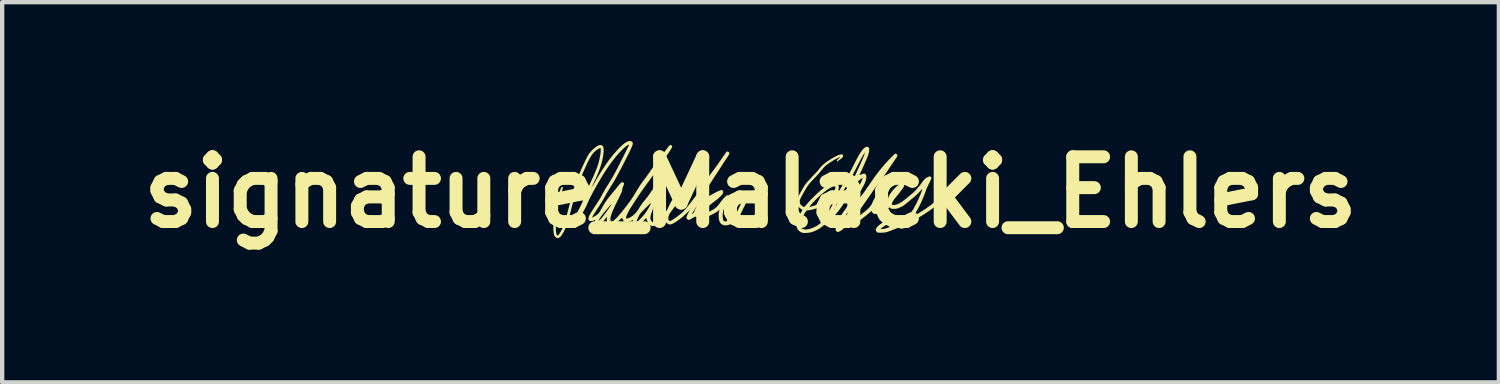
<source format=kicad_pcb>
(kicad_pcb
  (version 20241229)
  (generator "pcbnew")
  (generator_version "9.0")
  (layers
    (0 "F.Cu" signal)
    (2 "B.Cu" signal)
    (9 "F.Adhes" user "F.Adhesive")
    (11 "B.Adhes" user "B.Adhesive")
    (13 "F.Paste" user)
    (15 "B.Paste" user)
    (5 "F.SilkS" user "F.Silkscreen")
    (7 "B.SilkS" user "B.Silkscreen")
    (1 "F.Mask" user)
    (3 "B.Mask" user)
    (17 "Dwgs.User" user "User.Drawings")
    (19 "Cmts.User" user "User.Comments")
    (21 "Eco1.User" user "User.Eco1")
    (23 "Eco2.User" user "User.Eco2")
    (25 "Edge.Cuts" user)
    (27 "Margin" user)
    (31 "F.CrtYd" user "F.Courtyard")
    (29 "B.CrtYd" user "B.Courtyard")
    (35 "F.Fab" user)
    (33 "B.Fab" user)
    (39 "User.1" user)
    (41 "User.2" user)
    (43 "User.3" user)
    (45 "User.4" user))
  (footprint "signature_Malacki_Ehlers"
    (layer "F.Cu")
    (at 14.336 1.404)
    (property "Reference" "signature_Malacki_Ehlers" (at 0 0 0) (layer "F.SilkS") (effects (font (size 1.5 1.5) (thickness 0.3))))
    (attr board_only exclude_from_pos_files exclude_from_bom)
    (fp_poly (pts (xy -0.176 -0.366) (xy -0.158 -0.351) (xy -0.154 -0.327) (xy -0.156 -0.315) (xy -0.167 -0.292) (xy -0.184 -0.274) (xy -0.205 -0.263) (xy -0.224 -0.261) (xy -0.238 -0.27) (xy -0.242 -0.279) (xy -0.249 -0.291) (xy -0.264 -0.292) (xy -0.27 -0.291) (xy -0.291 -0.292) (xy -0.31 -0.301) (xy -0.32 -0.315) (xy -0.321 -0.319) (xy -0.312 -0.336) (xy -0.291 -0.351) (xy -0.261 -0.363) (xy -0.226 -0.37) (xy -0.207 -0.371)) (stroke (width 0) (type solid)) (fill yes) (layer "F.SilkS"))
    (fp_poly (pts (xy 2.727 -1.047) (xy 2.737 -1.039) (xy 2.748 -1.015) (xy 2.75 -0.979) (xy 2.744 -0.933) (xy 2.73 -0.879) (xy 2.727 -0.869) (xy 2.716 -0.841) (xy 2.7 -0.8) (xy 2.68 -0.751) (xy 2.656 -0.696) (xy 2.631 -0.638) (xy 2.606 -0.581) (xy 2.582 -0.528) (xy 2.561 -0.482) (xy 2.543 -0.445) (xy 2.539 -0.437) (xy 2.53 -0.416) (xy 2.525 -0.402) (xy 2.525 -0.4) (xy 2.534 -0.401) (xy 2.554 -0.408) (xy 2.581 -0.418) (xy 2.582 -0.418) (xy 2.61 -0.429) (xy 2.629 -0.434) (xy 2.641 -0.433) (xy 2.653 -0.428) (xy 2.655 -0.426) (xy 2.674 -0.404) (xy 2.683 -0.37) (xy 2.682 -0.326) (xy 2.671 -0.274) (xy 2.65 -0.216) (xy 2.619 -0.152) (xy 2.601 -0.12) (xy 2.585 -0.092) (xy 2.563 -0.054) (xy 2.538 -0.009) (xy 2.512 0.038) (xy 2.503 0.055) (xy 2.458 0.136) (xy 2.419 0.205) (xy 2.383 0.266) (xy 2.349 0.321) (xy 2.314 0.374) (xy 2.277 0.429) (xy 2.257 0.457) (xy 2.222 0.507) (xy 2.195 0.546) (xy 2.174 0.578) (xy 2.157 0.606) (xy 2.143 0.632) (xy 2.13 0.661) (xy 2.115 0.695) (xy 2.098 0.737) (xy 2.092 0.754) (xy 2.076 0.795) (xy 2.127 0.754) (xy 2.194 0.697) (xy 2.247 0.639) (xy 2.288 0.583) (xy 2.313 0.529) (xy 2.316 0.519) (xy 2.329 0.483) (xy 2.348 0.437) (xy 2.371 0.385) (xy 2.397 0.333) (xy 2.423 0.285) (xy 2.446 0.244) (xy 2.461 0.222) (xy 2.477 0.2) (xy 2.501 0.169) (xy 2.53 0.13) (xy 2.562 0.088) (xy 2.584 0.059) (xy 2.617 0.016) (xy 2.656 -0.038) (xy 2.697 -0.098) (xy 2.74 -0.159) (xy 2.779 -0.217) (xy 2.788 -0.23) (xy 2.883 -0.367) (xy 2.986 -0.502) (xy 3.031 -0.557) (xy 3.079 -0.613) (xy 3.127 -0.669) (xy 3.175 -0.721) (xy 3.22 -0.769) (xy 3.261 -0.811) (xy 3.297 -0.847) (xy 3.326 -0.873) (xy 3.347 -0.89) (xy 3.358 -0.894) (xy 3.376 -0.889) (xy 3.385 -0.884) (xy 3.398 -0.87) (xy 3.403 -0.855) (xy 3.398 -0.836) (xy 3.383 -0.809) (xy 3.363 -0.779) (xy 3.341 -0.747) (xy 3.313 -0.706) (xy 3.283 -0.661) (xy 3.252 -0.615) (xy 3.243 -0.601) (xy 3.187 -0.517) (xy 3.125 -0.427) (xy 3.06 -0.336) (xy 2.997 -0.249) (xy 2.939 -0.171) (xy 2.931 -0.16) (xy 2.897 -0.115) (xy 2.859 -0.063) (xy 2.823 -0.012) (xy 2.801 0.021) (xy 2.776 0.057) (xy 2.749 0.097) (xy 2.716 0.144) (xy 2.679 0.198) (xy 2.634 0.261) (xy 2.583 0.334) (xy 2.523 0.418) (xy 2.468 0.496) (xy 2.434 0.546) (xy 2.409 0.583) (xy 2.394 0.609) (xy 2.388 0.625) (xy 2.39 0.632) (xy 2.394 0.633) (xy 2.406 0.628) (xy 2.429 0.615) (xy 2.459 0.595) (xy 2.492 0.571) (xy 2.526 0.545) (xy 2.548 0.527) (xy 2.584 0.498) (xy 2.623 0.466) (xy 2.658 0.438) (xy 2.666 0.431) (xy 2.724 0.38) (xy 2.771 0.327) (xy 2.807 0.275) (xy 2.827 0.232) (xy 2.843 0.193) (xy 2.869 0.146) (xy 2.9 0.095) (xy 2.934 0.046) (xy 2.968 0.001) (xy 2.989 -0.023) (xy 3.021 -0.054) (xy 3.056 -0.084) (xy 3.09 -0.111) (xy 3.119 -0.13) (xy 3.134 -0.138) (xy 3.156 -0.139) (xy 3.176 -0.126) (xy 3.188 -0.104) (xy 3.19 -0.088) (xy 3.186 -0.06) (xy 3.174 -0.03) (xy 3.153 0.004) (xy 3.12 0.046) (xy 3.1 0.07) (xy 3.045 0.133) (xy 3 0.186) (xy 2.965 0.228) (xy 2.938 0.262) (xy 2.919 0.288) (xy 2.907 0.308) (xy 2.9 0.323) (xy 2.899 0.329) (xy 2.894 0.354) (xy 2.89 0.375) (xy 2.89 0.376) (xy 2.888 0.395) (xy 2.895 0.405) (xy 2.913 0.407) (xy 2.943 0.4) (xy 2.958 0.396) (xy 3.03 0.367) (xy 3.091 0.327) (xy 3.135 0.285) (xy 3.157 0.259) (xy 3.169 0.238) (xy 3.173 0.218) (xy 3.173 0.212) (xy 3.179 0.161) (xy 3.198 0.105) (xy 3.227 0.049) (xy 3.236 0.034) (xy 3.272 -0.016) (xy 3.312 -0.064) (xy 3.355 -0.108) (xy 3.397 -0.147) (xy 3.437 -0.178) (xy 3.473 -0.2) (xy 3.502 -0.21) (xy 3.508 -0.211) (xy 3.535 -0.204) (xy 3.553 -0.185) (xy 3.559 -0.157) (xy 3.557 -0.145) (xy 3.55 -0.128) (xy 3.533 -0.101) (xy 3.507 -0.065) (xy 3.476 -0.022) (xy 3.44 0.025) (xy 3.4 0.074) (xy 3.375 0.104) (xy 3.334 0.156) (xy 3.303 0.201) (xy 3.283 0.238) (xy 3.274 0.265) (xy 3.275 0.278) (xy 3.281 0.289) (xy 3.29 0.294) (xy 3.308 0.295) (xy 3.331 0.294) (xy 3.382 0.284) (xy 3.437 0.262) (xy 3.498 0.226) (xy 3.566 0.177) (xy 3.603 0.147) (xy 3.642 0.115) (xy 3.681 0.083) (xy 3.715 0.054) (xy 3.742 0.032) (xy 3.747 0.028) (xy 3.788 -0.009) (xy 3.834 -0.056) (xy 3.881 -0.109) (xy 3.925 -0.164) (xy 3.963 -0.214) (xy 3.969 -0.224) (xy 4.002 -0.269) (xy 4.033 -0.303) (xy 4.066 -0.33) (xy 4.107 -0.353) (xy 4.109 -0.354) (xy 4.135 -0.365) (xy 4.153 -0.368) (xy 4.165 -0.364) (xy 4.182 -0.352) (xy 4.189 -0.335) (xy 4.186 -0.311) (xy 4.172 -0.277) (xy 4.163 -0.259) (xy 4.135 -0.203) (xy 4.112 -0.158) (xy 4.094 -0.119) (xy 4.079 -0.084) (xy 4.065 -0.046) (xy 4.06 -0.032) (xy 4.02 0.076) (xy 3.976 0.181) (xy 3.931 0.28) (xy 3.885 0.369) (xy 3.84 0.447) (xy 3.817 0.483) (xy 3.798 0.511) (xy 3.785 0.533) (xy 3.779 0.546) (xy 3.779 0.549) (xy 3.788 0.544) (xy 3.809 0.533) (xy 3.839 0.517) (xy 3.876 0.496) (xy 3.891 0.487) (xy 4.03 0.4) (xy 4.172 0.299) (xy 4.253 0.236) (xy 4.317 0.186) (xy 4.371 0.146) (xy 4.413 0.117) (xy 4.443 0.099) (xy 4.462 0.093) (xy 4.463 0.093) (xy 4.48 0.099) (xy 4.494 0.114) (xy 4.503 0.131) (xy 4.502 0.144) (xy 4.495 0.155) (xy 4.482 0.169) (xy 4.46 0.189) (xy 4.431 0.212) (xy 4.416 0.223) (xy 4.381 0.249) (xy 4.339 0.281) (xy 4.296 0.313) (xy 4.27 0.334) (xy 4.151 0.422) (xy 4.026 0.506) (xy 3.901 0.582) (xy 3.778 0.648) (xy 3.733 0.67) (xy 3.696 0.688) (xy 3.672 0.704) (xy 3.656 0.72) (xy 3.647 0.733) (xy 3.622 0.768) (xy 3.587 0.803) (xy 3.553 0.83) (xy 3.529 0.84) (xy 3.501 0.843) (xy 3.473 0.842) (xy 3.454 0.834) (xy 3.451 0.831) (xy 3.439 0.821) (xy 3.432 0.819) (xy 3.422 0.822) (xy 3.398 0.83) (xy 3.366 0.842) (xy 3.328 0.858) (xy 3.317 0.862) (xy 3.256 0.887) (xy 3.206 0.905) (xy 3.165 0.919) (xy 3.13 0.928) (xy 3.098 0.933) (xy 3.064 0.936) (xy 3.026 0.937) (xy 3.025 0.937) (xy 2.985 0.936) (xy 2.959 0.935) (xy 2.942 0.932) (xy 2.931 0.926) (xy 2.922 0.918) (xy 2.904 0.892) (xy 2.9 0.868) (xy 2.907 0.847) (xy 3.017 0.847) (xy 3.022 0.851) (xy 3.041 0.852) (xy 3.047 0.852) (xy 3.076 0.85) (xy 3.112 0.843) (xy 3.135 0.836) (xy 3.159 0.828) (xy 3.191 0.817) (xy 3.228 0.803) (xy 3.267 0.788) (xy 3.303 0.773) (xy 3.334 0.761) (xy 3.356 0.751) (xy 3.366 0.746) (xy 3.364 0.738) (xy 3.354 0.721) (xy 3.346 0.708) (xy 3.334 0.691) (xy 3.321 0.681) (xy 3.306 0.678) (xy 3.285 0.683) (xy 3.254 0.696) (xy 3.226 0.708) (xy 3.197 0.723) (xy 3.162 0.743) (xy 3.124 0.766) (xy 3.088 0.79) (xy 3.056 0.812) (xy 3.032 0.829) (xy 3.021 0.839) (xy 3.017 0.847) (xy 2.907 0.847) (xy 2.909 0.84) (xy 2.911 0.836) (xy 2.928 0.81) (xy 2.952 0.783) (xy 2.987 0.754) (xy 3.034 0.721) (xy 3.063 0.702) (xy 3.134 0.659) (xy 3.199 0.626) (xy 3.256 0.604) (xy 3.305 0.592) (xy 3.344 0.592) (xy 3.365 0.598) (xy 3.379 0.61) (xy 3.398 0.631) (xy 3.417 0.658) (xy 3.417 0.658) (xy 3.451 0.708) (xy 3.526 0.674) (xy 3.564 0.655) (xy 3.595 0.636) (xy 3.615 0.621) (xy 3.618 0.617) (xy 3.704 0.495) (xy 3.778 0.378) (xy 3.841 0.262) (xy 3.897 0.144) (xy 3.93 0.063) (xy 3.951 0.01) (xy 3.966 -0.03) (xy 3.975 -0.056) (xy 3.978 -0.07) (xy 3.976 -0.073) (xy 3.968 -0.068) (xy 3.955 -0.054) (xy 3.94 -0.038) (xy 3.899 0.007) (xy 3.856 0.05) (xy 3.816 0.088) (xy 3.783 0.117) (xy 3.773 0.125) (xy 3.753 0.14) (xy 3.725 0.162) (xy 3.693 0.189) (xy 3.672 0.207) (xy 3.626 0.245) (xy 3.589 0.274) (xy 3.56 0.296) (xy 3.535 0.314) (xy 3.511 0.328) (xy 3.485 0.34) (xy 3.46 0.352) (xy 3.422 0.368) (xy 3.392 0.377) (xy 3.364 0.382) (xy 3.331 0.384) (xy 3.323 0.384) (xy 3.288 0.383) (xy 3.263 0.38) (xy 3.245 0.373) (xy 3.233 0.365) (xy 3.216 0.354) (xy 3.206 0.352) (xy 3.197 0.36) (xy 3.197 0.36) (xy 3.174 0.382) (xy 3.14 0.407) (xy 3.099 0.432) (xy 3.057 0.454) (xy 3.017 0.472) (xy 3.006 0.476) (xy 2.95 0.492) (xy 2.908 0.501) (xy 2.875 0.502) (xy 2.851 0.495) (xy 2.832 0.481) (xy 2.818 0.461) (xy 2.801 0.432) (xy 2.774 0.458) (xy 2.75 0.479) (xy 2.722 0.502) (xy 2.712 0.51) (xy 2.691 0.526) (xy 2.662 0.549) (xy 2.628 0.576) (xy 2.598 0.6) (xy 2.539 0.646) (xy 2.488 0.682) (xy 2.445 0.708) (xy 2.411 0.722) (xy 2.393 0.726) (xy 2.37 0.721) (xy 2.346 0.709) (xy 2.344 0.708) (xy 2.319 0.69) (xy 2.259 0.749) (xy 2.208 0.797) (xy 2.159 0.839) (xy 2.114 0.874) (xy 2.075 0.9) (xy 2.043 0.915) (xy 2.024 0.92) (xy 1.999 0.912) (xy 1.98 0.893) (xy 1.971 0.866) (xy 1.971 0.849) (xy 1.978 0.822) (xy 1.99 0.783) (xy 2.006 0.737) (xy 2.025 0.689) (xy 2.044 0.643) (xy 2.062 0.602) (xy 2.068 0.59) (xy 2.084 0.56) (xy 2.108 0.52) (xy 2.137 0.476) (xy 2.167 0.432) (xy 2.177 0.419) (xy 2.211 0.371) (xy 2.247 0.316) (xy 2.285 0.255) (xy 2.325 0.191) (xy 2.365 0.125) (xy 2.404 0.058) (xy 2.441 -0.009) (xy 2.477 -0.073) (xy 2.509 -0.133) (xy 2.537 -0.188) (xy 2.561 -0.236) (xy 2.579 -0.276) (xy 2.59 -0.305) (xy 2.594 -0.324) (xy 2.591 -0.329) (xy 2.581 -0.324) (xy 2.561 -0.31) (xy 2.535 -0.291) (xy 2.508 -0.269) (xy 2.481 -0.247) (xy 2.459 -0.227) (xy 2.45 -0.218) (xy 2.436 -0.2) (xy 2.417 -0.171) (xy 2.394 -0.135) (xy 2.37 -0.094) (xy 2.364 -0.083) (xy 2.283 0.058) (xy 2.208 0.184) (xy 2.137 0.294) (xy 2.071 0.389) (xy 2.011 0.467) (xy 1.967 0.517) (xy 1.914 0.58) (xy 1.873 0.638) (xy 1.858 0.666) (xy 1.834 0.706) (xy 1.813 0.732) (xy 1.794 0.742) (xy 1.775 0.739) (xy 1.765 0.731) (xy 1.757 0.726) (xy 1.748 0.726) (xy 1.735 0.733) (xy 1.715 0.749) (xy 1.696 0.765) (xy 1.635 0.814) (xy 1.576 0.854) (xy 1.511 0.887) (xy 1.435 0.918) (xy 1.426 0.921) (xy 1.394 0.93) (xy 1.352 0.936) (xy 1.307 0.941) (xy 1.262 0.943) (xy 1.224 0.942) (xy 1.196 0.937) (xy 1.195 0.937) (xy 1.157 0.919) (xy 1.121 0.892) (xy 1.093 0.861) (xy 1.088 0.853) (xy 1.072 0.813) (xy 1.065 0.763) (xy 1.067 0.71) (xy 1.076 0.671) (xy 1.086 0.641) (xy 1.103 0.601) (xy 1.124 0.556) (xy 1.146 0.51) (xy 1.169 0.468) (xy 1.188 0.435) (xy 1.204 0.409) (xy 1.163 0.382) (xy 1.117 0.342) (xy 1.087 0.296) (xy 1.072 0.244) (xy 1.073 0.187) (xy 1.076 0.172) (xy 1.084 0.15) (xy 1.099 0.116) (xy 1.12 0.074) (xy 1.146 0.026) (xy 1.175 -0.026) (xy 1.205 -0.079) (xy 1.235 -0.129) (xy 1.264 -0.175) (xy 1.269 -0.181) (xy 1.285 -0.203) (xy 1.311 -0.234) (xy 1.344 -0.271) (xy 1.382 -0.312) (xy 1.421 -0.354) (xy 1.426 -0.359) (xy 1.466 -0.4) (xy 1.504 -0.44) (xy 1.538 -0.477) (xy 1.565 -0.508) (xy 1.582 -0.53) (xy 1.584 -0.532) (xy 1.634 -0.594) (xy 1.691 -0.649) (xy 1.758 -0.702) (xy 1.823 -0.745) (xy 1.894 -0.789) (xy 1.953 -0.822) (xy 2.003 -0.847) (xy 2.044 -0.864) (xy 2.078 -0.873) (xy 2.09 -0.875) (xy 2.116 -0.877) (xy 2.131 -0.875) (xy 2.14 -0.867) (xy 2.142 -0.864) (xy 2.145 -0.842) (xy 2.136 -0.817) (xy 2.119 -0.793) (xy 2.098 -0.777) (xy 2.076 -0.763) (xy 2.051 -0.744) (xy 2.041 -0.736) (xy 2.021 -0.72) (xy 2.005 -0.713) (xy 2 -0.713) (xy 1.997 -0.723) (xy 2.005 -0.741) (xy 2.021 -0.763) (xy 2.043 -0.785) (xy 2.054 -0.794) (xy 2.074 -0.81) (xy 2.081 -0.818) (xy 2.077 -0.819) (xy 2.062 -0.815) (xy 2.04 -0.804) (xy 2.01 -0.789) (xy 1.975 -0.771) (xy 1.936 -0.749) (xy 1.896 -0.724) (xy 1.854 -0.698) (xy 1.85 -0.695) (xy 1.796 -0.659) (xy 1.752 -0.626) (xy 1.715 -0.592) (xy 1.679 -0.553) (xy 1.641 -0.506) (xy 1.631 -0.494) (xy 1.608 -0.465) (xy 1.576 -0.429) (xy 1.538 -0.387) (xy 1.498 -0.344) (xy 1.463 -0.308) (xy 1.42 -0.263) (xy 1.386 -0.227) (xy 1.359 -0.195) (xy 1.336 -0.165) (xy 1.313 -0.132) (xy 1.29 -0.094) (xy 1.281 -0.079) (xy 1.254 -0.033) (xy 1.226 0.016) (xy 1.2 0.062) (xy 1.18 0.1) (xy 1.177 0.106) (xy 1.159 0.141) (xy 1.147 0.167) (xy 1.142 0.188) (xy 1.14 0.207) (xy 1.141 0.226) (xy 1.146 0.257) (xy 1.156 0.28) (xy 1.173 0.299) (xy 1.195 0.319) (xy 1.217 0.333) (xy 1.224 0.336) (xy 1.235 0.339) (xy 1.246 0.337) (xy 1.254 0.331) (xy 1.367 0.331) (xy 1.368 0.336) (xy 1.374 0.337) (xy 1.388 0.335) (xy 1.412 0.328) (xy 1.442 0.32) (xy 1.491 0.305) (xy 1.535 0.288) (xy 1.576 0.265) (xy 1.62 0.237) (xy 1.668 0.199) (xy 1.706 0.167) (xy 1.739 0.14) (xy 1.774 0.114) (xy 1.804 0.093) (xy 1.808 0.09) (xy 1.857 0.053) (xy 1.899 0.013) (xy 1.933 -0.029) (xy 1.956 -0.07) (xy 1.966 -0.107) (xy 1.966 -0.114) (xy 1.964 -0.128) (xy 1.954 -0.134) (xy 1.937 -0.135) (xy 1.904 -0.129) (xy 1.862 -0.111) (xy 1.812 -0.082) (xy 1.756 -0.043) (xy 1.695 0.004) (xy 1.631 0.058) (xy 1.565 0.118) (xy 1.499 0.183) (xy 1.445 0.24) (xy 1.417 0.271) (xy 1.393 0.298) (xy 1.376 0.319) (xy 1.368 0.33) (xy 1.367 0.331) (xy 1.254 0.331) (xy 1.258 0.329) (xy 1.274 0.311) (xy 1.296 0.284) (xy 1.352 0.22) (xy 1.415 0.153) (xy 1.483 0.085) (xy 1.553 0.019) (xy 1.622 -0.042) (xy 1.687 -0.094) (xy 1.741 -0.134) (xy 1.801 -0.17) (xy 1.858 -0.196) (xy 1.911 -0.211) (xy 1.957 -0.214) (xy 1.995 -0.206) (xy 2.024 -0.187) (xy 2.035 -0.171) (xy 2.044 -0.139) (xy 2.044 -0.099) (xy 2.036 -0.056) (xy 2.027 -0.031) (xy 2.008 0.002) (xy 1.978 0.04) (xy 1.941 0.079) (xy 1.901 0.116) (xy 1.862 0.146) (xy 1.857 0.149) (xy 1.824 0.172) (xy 1.788 0.199) (xy 1.764 0.219) (xy 1.688 0.279) (xy 1.617 0.327) (xy 1.547 0.363) (xy 1.474 0.39) (xy 1.396 0.408) (xy 1.337 0.418) (xy 1.314 0.421) (xy 1.298 0.428) (xy 1.285 0.441) (xy 1.269 0.464) (xy 1.264 0.471) (xy 1.223 0.54) (xy 1.19 0.606) (xy 1.167 0.667) (xy 1.153 0.722) (xy 1.149 0.767) (xy 1.156 0.801) (xy 1.177 0.831) (xy 1.21 0.851) (xy 1.253 0.861) (xy 1.305 0.861) (xy 1.364 0.85) (xy 1.429 0.83) (xy 1.497 0.799) (xy 1.504 0.796) (xy 1.54 0.775) (xy 1.581 0.747) (xy 1.622 0.716) (xy 1.663 0.683) (xy 1.699 0.65) (xy 1.729 0.619) (xy 1.75 0.594) (xy 1.759 0.577) (xy 1.764 0.563) (xy 1.776 0.537) (xy 1.793 0.5) (xy 1.813 0.456) (xy 1.836 0.409) (xy 1.924 0.409) (xy 1.928 0.413) (xy 1.932 0.409) (xy 1.928 0.405) (xy 1.924 0.409) (xy 1.836 0.409) (xy 1.837 0.406) (xy 1.844 0.392) (xy 1.932 0.392) (xy 1.937 0.397) (xy 1.941 0.392) (xy 1.937 0.388) (xy 1.932 0.392) (xy 1.844 0.392) (xy 1.848 0.385) (xy 1.85 0.379) (xy 1.943 0.379) (xy 1.944 0.38) (xy 1.952 0.374) (xy 1.954 0.371) (xy 1.956 0.363) (xy 1.955 0.363) (xy 1.947 0.369) (xy 1.945 0.371) (xy 1.943 0.379) (xy 1.85 0.379) (xy 1.865 0.35) (xy 1.958 0.35) (xy 1.962 0.354) (xy 1.966 0.35) (xy 1.962 0.346) (xy 1.958 0.35) (xy 1.865 0.35) (xy 1.873 0.333) (xy 1.966 0.333) (xy 1.97 0.338) (xy 1.975 0.333) (xy 1.97 0.329) (xy 1.966 0.333) (xy 1.873 0.333) (xy 1.877 0.326) (xy 1.881 0.316) (xy 1.975 0.316) (xy 1.979 0.315) (xy 1.988 0.301) (xy 1.996 0.287) (xy 2.007 0.264) (xy 2.015 0.246) (xy 2.016 0.24) (xy 2.013 0.242) (xy 2.004 0.256) (xy 1.996 0.27) (xy 1.984 0.293) (xy 1.977 0.311) (xy 1.975 0.316) (xy 1.881 0.316) (xy 1.908 0.262) (xy 1.926 0.224) (xy 2.017 0.224) (xy 2.021 0.228) (xy 2.025 0.224) (xy 2.021 0.219) (xy 2.017 0.224) (xy 1.926 0.224) (xy 1.933 0.21) (xy 2.031 0.21) (xy 2.036 0.204) (xy 2.047 0.183) (xy 2.052 0.175) (xy 2.065 0.152) (xy 2.086 0.119) (xy 2.114 0.078) (xy 2.146 0.031) (xy 2.18 -0.017) (xy 2.215 -0.065) (xy 2.248 -0.109) (xy 2.277 -0.148) (xy 2.293 -0.168) (xy 2.313 -0.193) (xy 2.333 -0.223) (xy 2.354 -0.258) (xy 2.377 -0.3) (xy 2.403 -0.35) (xy 2.433 -0.41) (xy 2.466 -0.482) (xy 2.505 -0.567) (xy 2.533 -0.629) (xy 2.57 -0.712) (xy 2.6 -0.781) (xy 2.623 -0.835) (xy 2.638 -0.874) (xy 2.646 -0.898) (xy 2.647 -0.909) (xy 2.647 -0.909) (xy 2.64 -0.906) (xy 2.627 -0.89) (xy 2.608 -0.86) (xy 2.583 -0.816) (xy 2.551 -0.758) (xy 2.513 -0.685) (xy 2.467 -0.598) (xy 2.46 -0.583) (xy 2.426 -0.518) (xy 2.392 -0.453) (xy 2.359 -0.391) (xy 2.328 -0.335) (xy 2.302 -0.288) (xy 2.281 -0.251) (xy 2.274 -0.24) (xy 2.234 -0.174) (xy 2.193 -0.107) (xy 2.155 -0.041) (xy 2.12 0.021) (xy 2.09 0.076) (xy 2.067 0.121) (xy 2.053 0.15) (xy 2.039 0.182) (xy 2.032 0.203) (xy 2.031 0.21) (xy 1.933 0.21) (xy 1.938 0.199) (xy 1.966 0.142) (xy 1.989 0.094) (xy 1.99 0.093) (xy 2.011 0.051) (xy 2.039 -0.002) (xy 2.072 -0.062) (xy 2.107 -0.125) (xy 2.144 -0.187) (xy 2.168 -0.228) (xy 2.205 -0.29) (xy 2.244 -0.357) (xy 2.282 -0.425) (xy 2.317 -0.489) (xy 2.347 -0.546) (xy 2.361 -0.574) (xy 2.408 -0.669) (xy 2.45 -0.751) (xy 2.487 -0.819) (xy 2.52 -0.876) (xy 2.549 -0.923) (xy 2.55 -0.924) (xy 2.65 -0.924) (xy 2.654 -0.92) (xy 2.658 -0.924) (xy 2.654 -0.928) (xy 2.65 -0.924) (xy 2.55 -0.924) (xy 2.576 -0.962) (xy 2.601 -0.993) (xy 2.626 -1.018) (xy 2.639 -1.029) (xy 2.671 -1.048) (xy 2.701 -1.055)) (stroke (width 0) (type solid)) (fill yes) (layer "F.SilkS"))
    (fp_poly (pts (xy -2.77 -1.184) (xy -2.749 -1.173) (xy -2.738 -1.163) (xy -2.731 -1.152) (xy -2.727 -1.139) (xy -2.728 -1.121) (xy -2.733 -1.098) (xy -2.744 -1.067) (xy -2.76 -1.029) (xy -2.782 -0.981) (xy -2.811 -0.921) (xy -2.847 -0.85) (xy -2.88 -0.785) (xy -2.944 -0.659) (xy -3.002 -0.547) (xy -3.054 -0.449) (xy -3.101 -0.363) (xy -3.143 -0.288) (xy -3.182 -0.222) (xy -3.216 -0.166) (xy -3.238 -0.133) (xy -3.269 -0.083) (xy -3.304 -0.025) (xy -3.338 0.034) (xy -3.369 0.088) (xy -3.372 0.095) (xy -3.397 0.141) (xy -3.429 0.196) (xy -3.466 0.255) (xy -3.503 0.315) (xy -3.539 0.37) (xy -3.539 0.371) (xy -3.571 0.418) (xy -3.599 0.463) (xy -3.624 0.501) (xy -3.643 0.532) (xy -3.655 0.551) (xy -3.658 0.556) (xy -3.672 0.584) (xy -3.652 0.578) (xy -3.636 0.571) (xy -3.611 0.557) (xy -3.582 0.538) (xy -3.576 0.534) (xy -3.536 0.504) (xy -3.508 0.474) (xy -3.496 0.455) (xy -3.456 0.386) (xy -3.424 0.329) (xy -3.395 0.281) (xy -3.37 0.24) (xy -3.346 0.204) (xy -3.322 0.17) (xy -3.295 0.134) (xy -3.264 0.095) (xy -3.228 0.051) (xy -3.206 0.024) (xy -3.17 -0.02) (xy -3.133 -0.065) (xy -3.097 -0.109) (xy -3.067 -0.146) (xy -3.059 -0.156) (xy -3.027 -0.194) (xy -3.001 -0.219) (xy -2.98 -0.232) (xy -2.963 -0.234) (xy -2.947 -0.225) (xy -2.945 -0.223) (xy -2.932 -0.209) (xy -2.929 -0.193) (xy -2.936 -0.172) (xy -2.947 -0.149) (xy -2.958 -0.12) (xy -2.968 -0.084) (xy -2.971 -0.063) (xy -2.975 -0.044) (xy -2.981 -0.021) (xy -2.992 0.008) (xy -3.008 0.044) (xy -3.029 0.089) (xy -3.057 0.147) (xy -3.07 0.173) (xy -3.117 0.268) (xy -3.156 0.35) (xy -3.187 0.419) (xy -3.211 0.478) (xy -3.228 0.526) (xy -3.24 0.566) (xy -3.245 0.599) (xy -3.245 0.602) (xy -3.246 0.643) (xy -3.238 0.669) (xy -3.223 0.681) (xy -3.204 0.68) (xy -3.187 0.671) (xy -3.162 0.65) (xy -3.13 0.62) (xy -3.092 0.581) (xy -3.081 0.57) (xy -2.97 0.57) (xy -2.966 0.574) (xy -2.962 0.57) (xy -2.966 0.565) (xy -2.97 0.57) (xy -3.081 0.57) (xy -3.052 0.537) (xy -3.01 0.489) (xy -2.968 0.438) (xy -2.932 0.392) (xy -2.883 0.329) (xy -2.843 0.276) (xy -2.81 0.232) (xy -2.782 0.193) (xy -2.757 0.157) (xy -2.733 0.121) (xy -2.709 0.083) (xy -2.683 0.04) (xy -2.666 0.012) (xy -2.631 -0.046) (xy -2.603 -0.092) (xy -2.579 -0.13) (xy -2.556 -0.165) (xy -2.534 -0.198) (xy -2.508 -0.234) (xy -2.477 -0.275) (xy -2.441 -0.323) (xy -2.406 -0.37) (xy -2.366 -0.426) (xy -2.324 -0.486) (xy -2.284 -0.544) (xy -2.259 -0.58) (xy -2.222 -0.635) (xy -2.178 -0.696) (xy -2.134 -0.757) (xy -2.092 -0.813) (xy -2.067 -0.844) (xy -2.032 -0.888) (xy -1.996 -0.934) (xy -1.963 -0.977) (xy -1.936 -1.012) (xy -1.921 -1.032) (xy -1.895 -1.065) (xy -1.873 -1.087) (xy -1.858 -1.097) (xy -1.857 -1.097) (xy -1.835 -1.09) (xy -1.819 -1.072) (xy -1.814 -1.055) (xy -1.819 -1.042) (xy -1.832 -1.017) (xy -1.852 -0.983) (xy -1.878 -0.943) (xy -1.908 -0.898) (xy -1.94 -0.852) (xy -1.973 -0.806) (xy -1.98 -0.796) (xy -1.999 -0.77) (xy -2.025 -0.733) (xy -2.056 -0.688) (xy -2.091 -0.637) (xy -2.127 -0.584) (xy -2.15 -0.55) (xy -2.192 -0.488) (xy -2.24 -0.419) (xy -2.29 -0.348) (xy -2.338 -0.281) (xy -2.382 -0.221) (xy -2.392 -0.208) (xy -2.449 -0.129) (xy -2.512 -0.04) (xy -2.578 0.055) (xy -2.643 0.153) (xy -2.705 0.248) (xy -2.762 0.338) (xy -2.794 0.389) (xy -2.824 0.441) (xy -2.849 0.491) (xy -2.869 0.534) (xy -2.881 0.569) (xy -2.886 0.592) (xy -2.879 0.605) (xy -2.861 0.608) (xy -2.834 0.602) (xy -2.799 0.588) (xy -2.777 0.576) (xy -2.713 0.53) (xy -2.654 0.472) (xy -2.603 0.404) (xy -2.586 0.375) (xy -2.567 0.343) (xy -2.547 0.312) (xy -2.524 0.278) (xy -2.495 0.24) (xy -2.458 0.194) (xy -2.413 0.138) (xy -2.413 0.138) (xy -2.388 0.106) (xy -2.359 0.067) (xy -2.329 0.024) (xy -2.307 -0.008) (xy -2.275 -0.054) (xy -2.238 -0.101) (xy -2.198 -0.145) (xy -2.16 -0.184) (xy -2.124 -0.216) (xy -2.095 -0.237) (xy -2.088 -0.24) (xy -2.052 -0.252) (xy -2.023 -0.249) (xy -2.005 -0.238) (xy -1.995 -0.222) (xy -1.993 -0.205) (xy -2 -0.181) (xy -2.008 -0.165) (xy -2.02 -0.136) (xy -2.033 -0.102) (xy -2.039 -0.085) (xy -2.051 -0.052) (xy -2.069 -0.014) (xy -2.083 0.012) (xy -2.123 0.086) (xy -2.161 0.162) (xy -2.198 0.238) (xy -2.231 0.313) (xy -2.261 0.385) (xy -2.285 0.45) (xy -2.304 0.508) (xy -2.316 0.555) (xy -2.321 0.59) (xy -2.321 0.592) (xy -2.313 0.636) (xy -2.292 0.674) (xy -2.281 0.685) (xy -2.272 0.692) (xy -2.262 0.694) (xy -2.25 0.692) (xy -2.233 0.684) (xy -2.211 0.669) (xy -2.182 0.646) (xy -2.144 0.615) (xy -2.096 0.575) (xy -2.058 0.542) (xy -2.016 0.505) (xy -1.984 0.475) (xy -1.959 0.447) (xy -1.939 0.417) (xy -1.919 0.382) (xy -1.898 0.336) (xy -1.887 0.312) (xy -1.862 0.26) (xy -1.834 0.209) (xy -1.807 0.166) (xy -1.795 0.149) (xy -1.774 0.123) (xy -1.743 0.087) (xy -1.705 0.044) (xy -1.661 -0.004) (xy -1.616 -0.053) (xy -1.569 -0.102) (xy -1.525 -0.148) (xy -1.524 -0.149) (xy -1.497 -0.169) (xy -1.473 -0.173) (xy -1.452 -0.161) (xy -1.441 -0.148) (xy -1.436 -0.135) (xy -1.437 -0.117) (xy -1.444 -0.09) (xy -1.448 -0.077) (xy -1.472 -0.016) (xy -1.511 0.049) (xy -1.565 0.121) (xy -1.634 0.199) (xy -1.646 0.211) (xy -1.683 0.25) (xy -1.721 0.294) (xy -1.76 0.341) (xy -1.797 0.388) (xy -1.83 0.432) (xy -1.857 0.47) (xy -1.876 0.5) (xy -1.883 0.513) (xy -1.898 0.557) (xy -1.905 0.598) (xy -1.904 0.63) (xy -1.894 0.65) (xy -1.878 0.663) (xy -1.867 0.667) (xy -1.85 0.661) (xy -1.823 0.647) (xy -1.788 0.625) (xy -1.747 0.598) (xy -1.702 0.566) (xy -1.658 0.531) (xy -1.614 0.496) (xy -1.581 0.468) (xy -1.556 0.443) (xy -1.522 0.406) (xy -1.507 0.388) (xy -1.39 0.388) (xy -1.389 0.388) (xy -1.381 0.382) (xy -1.38 0.38) (xy -1.378 0.372) (xy -1.379 0.371) (xy -1.386 0.377) (xy -1.388 0.38) (xy -1.39 0.388) (xy -1.507 0.388) (xy -1.482 0.359) (xy -1.437 0.304) (xy -1.389 0.243) (xy -1.339 0.179) (xy -1.289 0.113) (xy -1.24 0.047) (xy -1.194 -0.016) (xy -1.152 -0.075) (xy -1.117 -0.128) (xy -1.091 -0.168) (xy -1.042 -0.248) (xy -0.994 -0.321) (xy -0.944 -0.393) (xy -0.889 -0.471) (xy -0.865 -0.502) (xy -0.83 -0.55) (xy -0.793 -0.6) (xy -0.759 -0.649) (xy -0.729 -0.691) (xy -0.713 -0.713) (xy -0.67 -0.776) (xy -0.636 -0.826) (xy -0.609 -0.864) (xy -0.588 -0.893) (xy -0.574 -0.914) (xy -0.563 -0.927) (xy -0.557 -0.935) (xy -0.553 -0.939) (xy -0.532 -0.945) (xy -0.511 -0.938) (xy -0.495 -0.921) (xy -0.489 -0.899) (xy -0.494 -0.885) (xy -0.507 -0.861) (xy -0.526 -0.83) (xy -0.548 -0.797) (xy -0.577 -0.754) (xy -0.611 -0.703) (xy -0.643 -0.653) (xy -0.664 -0.62) (xy -0.692 -0.576) (xy -0.725 -0.525) (xy -0.759 -0.472) (xy -0.791 -0.424) (xy -0.792 -0.423) (xy -0.851 -0.333) (xy -0.914 -0.234) (xy -0.978 -0.132) (xy -1.039 -0.031) (xy -1.094 0.062) (xy -1.097 0.068) (xy -1.123 0.113) (xy -1.153 0.163) (xy -1.185 0.217) (xy -1.218 0.272) (xy -1.25 0.326) (xy -1.28 0.375) (xy -1.306 0.417) (xy -1.327 0.45) (xy -1.341 0.472) (xy -1.343 0.474) (xy -1.356 0.494) (xy -1.357 0.502) (xy -1.346 0.498) (xy -1.335 0.49) (xy -1.314 0.468) (xy -1.3 0.439) (xy -1.29 0.409) (xy -1.276 0.383) (xy -1.257 0.355) (xy -1.229 0.322) (xy -1.201 0.293) (xy -1.094 0.191) (xy -0.983 0.105) (xy -0.955 0.087) (xy -0.915 0.062) (xy -0.871 0.037) (xy -0.826 0.013) (xy -0.781 -0.01) (xy -0.74 -0.029) (xy -0.706 -0.043) (xy -0.681 -0.052) (xy -0.668 -0.053) (xy -0.645 -0.04) (xy -0.634 -0.02) (xy -0.633 -0.005) (xy -0.639 0.022) (xy -0.659 0.054) (xy -0.692 0.092) (xy -0.74 0.136) (xy -0.802 0.187) (xy -0.828 0.207) (xy -0.873 0.241) (xy -0.917 0.276) (xy -0.958 0.309) (xy -0.992 0.336) (xy -1.008 0.35) (xy -1.044 0.38) (xy -1.086 0.414) (xy -1.125 0.445) (xy -1.132 0.451) (xy -1.16 0.473) (xy -1.18 0.491) (xy -1.192 0.504) (xy -1.193 0.508) (xy -1.179 0.515) (xy -1.153 0.514) (xy -1.116 0.507) (xy -1.071 0.494) (xy -1.02 0.476) (xy -0.966 0.453) (xy -0.928 0.434) (xy -0.855 0.394) (xy -0.796 0.35) (xy -0.748 0.301) (xy -0.713 0.253) (xy -0.689 0.22) (xy -0.661 0.185) (xy -0.632 0.15) (xy -0.602 0.118) (xy -0.575 0.092) (xy -0.553 0.074) (xy -0.539 0.068) (xy -0.539 0.068) (xy -0.511 0.073) (xy -0.494 0.09) (xy -0.489 0.107) (xy -0.494 0.124) (xy -0.505 0.151) (xy -0.522 0.182) (xy -0.531 0.2) (xy -0.579 0.286) (xy -0.613 0.369) (xy -0.636 0.452) (xy -0.645 0.512) (xy -0.647 0.547) (xy -0.645 0.584) (xy -0.638 0.62) (xy -0.63 0.648) (xy -0.619 0.664) (xy -0.619 0.665) (xy -0.593 0.674) (xy -0.559 0.671) (xy -0.518 0.659) (xy -0.475 0.637) (xy -0.432 0.607) (xy -0.396 0.575) (xy -0.378 0.555) (xy -0.361 0.535) (xy -0.345 0.512) (xy -0.328 0.482) (xy -0.308 0.444) (xy -0.283 0.394) (xy -0.274 0.374) (xy -0.25 0.326) (xy -0.228 0.279) (xy -0.209 0.239) (xy -0.194 0.208) (xy -0.186 0.189) (xy -0.185 0.189) (xy -0.168 0.161) (xy -0.146 0.146) (xy -0.123 0.145) (xy -0.104 0.158) (xy -0.094 0.173) (xy -0.091 0.195) (xy -0.098 0.227) (xy -0.114 0.269) (xy -0.141 0.323) (xy -0.144 0.329) (xy -0.159 0.357) (xy -0.177 0.395) (xy -0.197 0.436) (xy -0.207 0.458) (xy -0.252 0.544) (xy -0.302 0.615) (xy -0.361 0.672) (xy -0.428 0.719) (xy -0.455 0.734) (xy -0.515 0.758) (xy -0.571 0.767) (xy -0.622 0.762) (xy -0.666 0.743) (xy -0.69 0.723) (xy -0.711 0.692) (xy -0.727 0.648) (xy -0.736 0.596) (xy -0.739 0.539) (xy -0.736 0.482) (xy -0.725 0.429) (xy -0.718 0.405) (xy -0.754 0.435) (xy -0.778 0.453) (xy -0.815 0.475) (xy -0.86 0.499) (xy -0.91 0.524) (xy -0.96 0.547) (xy -1.008 0.567) (xy -1.049 0.582) (xy -1.05 0.582) (xy -1.107 0.597) (xy -1.16 0.602) (xy -1.204 0.598) (xy -1.238 0.585) (xy -1.242 0.582) (xy -1.261 0.57) (xy -1.276 0.563) (xy -1.278 0.563) (xy -1.289 0.567) (xy -1.31 0.578) (xy -1.338 0.594) (xy -1.351 0.602) (xy -1.382 0.62) (xy -1.41 0.633) (xy -1.429 0.641) (xy -1.434 0.641) (xy -1.456 0.634) (xy -1.475 0.616) (xy -1.484 0.594) (xy -1.485 0.589) (xy -1.48 0.564) (xy -1.467 0.531) (xy -1.449 0.491) (xy -1.427 0.451) (xy -1.403 0.413) (xy -1.403 0.412) (xy -1.414 0.42) (xy -1.432 0.438) (xy -1.458 0.463) (xy -1.473 0.478) (xy -1.582 0.578) (xy -1.698 0.665) (xy -1.755 0.701) (xy -1.799 0.725) (xy -1.833 0.74) (xy -1.861 0.746) (xy -1.886 0.744) (xy -1.892 0.742) (xy -1.923 0.727) (xy -1.952 0.702) (xy -1.976 0.671) (xy -1.989 0.64) (xy -1.991 0.625) (xy -1.993 0.611) (xy -1.996 0.608) (xy -2.003 0.613) (xy -2.021 0.627) (xy -2.047 0.648) (xy -2.078 0.674) (xy -2.086 0.68) (xy -2.14 0.724) (xy -2.186 0.755) (xy -2.224 0.774) (xy -2.257 0.783) (xy -2.287 0.78) (xy -2.315 0.768) (xy -2.332 0.757) (xy -2.357 0.731) (xy -2.38 0.695) (xy -2.399 0.656) (xy -2.408 0.624) (xy -2.414 0.594) (xy -2.517 0.697) (xy -2.56 0.739) (xy -2.594 0.77) (xy -2.621 0.791) (xy -2.642 0.804) (xy -2.661 0.808) (xy -2.678 0.806) (xy -2.691 0.802) (xy -2.716 0.783) (xy -2.73 0.753) (xy -2.734 0.714) (xy -2.731 0.698) (xy -2.648 0.698) (xy -2.645 0.701) (xy -2.636 0.696) (xy -2.62 0.681) (xy -2.594 0.656) (xy -2.587 0.65) (xy -2.553 0.615) (xy -2.516 0.577) (xy -2.484 0.54) (xy -2.472 0.527) (xy -2.442 0.488) (xy -2.408 0.44) (xy -2.375 0.388) (xy -2.346 0.337) (xy -2.322 0.292) (xy -2.312 0.27) (xy -2.308 0.258) (xy -2.307 0.252) (xy -2.311 0.251) (xy -2.32 0.258) (xy -2.337 0.273) (xy -2.362 0.297) (xy -2.397 0.331) (xy -2.427 0.36) (xy -2.47 0.403) (xy -2.503 0.437) (xy -2.529 0.464) (xy -2.548 0.486) (xy -2.563 0.507) (xy -2.576 0.529) (xy -2.589 0.554) (xy -2.599 0.576) (xy -2.616 0.613) (xy -2.631 0.647) (xy -2.642 0.674) (xy -2.646 0.688) (xy -2.648 0.698) (xy -2.731 0.698) (xy -2.726 0.669) (xy -2.722 0.65) (xy -2.721 0.641) (xy -2.721 0.641) (xy -2.73 0.645) (xy -2.749 0.654) (xy -2.766 0.662) (xy -2.818 0.683) (xy -2.865 0.69) (xy -2.905 0.683) (xy -2.936 0.664) (xy -2.956 0.637) (xy -2.966 0.614) (xy -2.97 0.596) (xy -2.97 0.594) (xy -2.976 0.594) (xy -2.992 0.605) (xy -3.016 0.625) (xy -3.046 0.653) (xy -3.053 0.66) (xy -3.101 0.704) (xy -3.14 0.735) (xy -3.172 0.756) (xy -3.199 0.766) (xy -3.215 0.768) (xy -3.246 0.76) (xy -3.279 0.74) (xy -3.305 0.712) (xy -3.319 0.692) (xy -3.326 0.672) (xy -3.329 0.646) (xy -3.329 0.624) (xy -3.329 0.568) (xy -3.373 0.627) (xy -3.411 0.673) (xy -3.45 0.71) (xy -3.487 0.736) (xy -3.522 0.752) (xy -3.552 0.758) (xy -3.577 0.752) (xy -3.594 0.735) (xy -3.602 0.706) (xy -3.602 0.684) (xy -3.601 0.66) (xy -3.6 0.653) (xy -3.513 0.653) (xy -3.505 0.652) (xy -3.49 0.641) (xy -3.472 0.623) (xy -3.46 0.61) (xy -3.422 0.562) (xy -3.383 0.511) (xy -3.344 0.459) (xy -3.307 0.408) (xy -3.274 0.362) (xy -3.247 0.323) (xy -3.228 0.292) (xy -3.22 0.278) (xy -3.221 0.277) (xy -3.232 0.286) (xy -3.251 0.306) (xy -3.277 0.334) (xy -3.307 0.369) (xy -3.342 0.409) (xy -3.378 0.451) (xy -3.427 0.511) (xy -3.465 0.563) (xy -3.494 0.607) (xy -3.512 0.64) (xy -3.513 0.644) (xy -3.513 0.653) (xy -3.6 0.653) (xy -3.6 0.644) (xy -3.6 0.641) (xy -3.608 0.644) (xy -3.625 0.651) (xy -3.631 0.654) (xy -3.667 0.664) (xy -3.703 0.666) (xy -3.734 0.66) (xy -3.739 0.658) (xy -3.751 0.642) (xy -3.755 0.616) (xy -3.751 0.581) (xy -3.738 0.544) (xy -3.728 0.525) (xy -3.711 0.495) (xy -3.687 0.456) (xy -3.659 0.412) (xy -3.628 0.364) (xy -3.617 0.347) (xy -3.58 0.29) (xy -3.55 0.245) (xy -3.527 0.209) (xy -3.508 0.18) (xy -3.493 0.155) (xy -3.479 0.133) (xy -3.466 0.109) (xy -3.452 0.083) (xy -3.436 0.052) (xy -3.425 0.031) (xy -3.397 -0.019) (xy -3.365 -0.074) (xy -3.332 -0.128) (xy -3.305 -0.171) (xy -3.277 -0.215) (xy -3.244 -0.268) (xy -3.212 -0.323) (xy -3.182 -0.375) (xy -3.177 -0.383) (xy -3.157 -0.421) (xy -3.132 -0.467) (xy -3.104 -0.52) (xy -3.073 -0.58) (xy -3.041 -0.642) (xy -3.008 -0.708) (xy -2.974 -0.773) (xy -2.942 -0.837) (xy -2.911 -0.898) (xy -2.883 -0.955) (xy -2.859 -1.004) (xy -2.838 -1.046) (xy -2.824 -1.077) (xy -2.815 -1.097) (xy -2.813 -1.103) (xy -2.824 -1.103) (xy -2.845 -1.092) (xy -2.874 -1.073) (xy -2.908 -1.046) (xy -2.944 -1.013) (xy -2.965 -0.993) (xy -3.044 -0.912) (xy -3.121 -0.824) (xy -3.197 -0.728) (xy -3.274 -0.623) (xy -3.352 -0.508) (xy -3.432 -0.381) (xy -3.515 -0.241) (xy -3.594 -0.102) (xy -3.637 -0.025) (xy -3.672 0.04) (xy -3.702 0.098) (xy -3.729 0.151) (xy -3.754 0.204) (xy -3.779 0.259) (xy -3.797 0.3) (xy -3.82 0.349) (xy -3.848 0.403) (xy -3.879 0.458) (xy -3.911 0.513) (xy -3.944 0.566) (xy -3.976 0.613) (xy -4.005 0.652) (xy -4.03 0.682) (xy -4.049 0.699) (xy -4.052 0.701) (xy -4.073 0.705) (xy -4.091 0.695) (xy -4.1 0.674) (xy -4.101 0.662) (xy -4.1 0.651) (xy -4.097 0.637) (xy -4.09 0.618) (xy -4.079 0.593) (xy -4.063 0.56) (xy -4.041 0.518) (xy -4.013 0.465) (xy -3.978 0.398) (xy -3.972 0.388) (xy -3.935 0.314) (xy -3.896 0.231) (xy -3.856 0.136) (xy -3.812 0.027) (xy -3.794 -0.021) (xy -3.772 -0.077) (xy -3.767 -0.089) (xy -3.696 -0.089) (xy -3.692 -0.084) (xy -3.688 -0.089) (xy -3.692 -0.093) (xy -3.696 -0.089) (xy -3.767 -0.089) (xy -3.76 -0.105) (xy -3.688 -0.105) (xy -3.683 -0.101) (xy -3.679 -0.105) (xy -3.683 -0.11) (xy -3.688 -0.105) (xy -3.76 -0.105) (xy -3.746 -0.138) (xy -3.72 -0.198) (xy -3.695 -0.251) (xy -3.692 -0.258) (xy -3.646 -0.356) (xy -3.603 -0.456) (xy -3.564 -0.552) (xy -3.541 -0.618) (xy -3.523 -0.674) (xy -3.507 -0.734) (xy -3.494 -0.796) (xy -3.482 -0.856) (xy -3.474 -0.911) (xy -3.47 -0.958) (xy -3.47 -0.994) (xy -3.472 -1.008) (xy -3.477 -1.03) (xy -3.52 -1.007) (xy -3.559 -0.984) (xy -3.594 -0.957) (xy -3.627 -0.926) (xy -3.659 -0.889) (xy -3.69 -0.844) (xy -3.723 -0.789) (xy -3.758 -0.723) (xy -3.796 -0.645) (xy -3.837 -0.553) (xy -3.881 -0.455) (xy -3.918 -0.369) (xy -3.949 -0.292) (xy -3.977 -0.221) (xy -4.001 -0.154) (xy -4.024 -0.087) (xy -4.045 -0.018) (xy -4.066 0.057) (xy -4.089 0.141) (xy -4.101 0.19) (xy -4.127 0.289) (xy -4.149 0.374) (xy -4.167 0.446) (xy -4.183 0.505) (xy -4.196 0.555) (xy -4.207 0.596) (xy -4.216 0.63) (xy -4.225 0.659) (xy -4.232 0.684) (xy -4.24 0.706) (xy -4.247 0.728) (xy -4.249 0.734) (xy -4.265 0.778) (xy -4.283 0.823) (xy -4.301 0.862) (xy -4.309 0.879) (xy -4.345 0.947) (xy -4.378 0.998) (xy -4.409 1.034) (xy -4.438 1.056) (xy -4.465 1.063) (xy -4.493 1.056) (xy -4.513 1.042) (xy -4.532 1.022) (xy -4.547 0.995) (xy -4.557 0.961) (xy -4.563 0.916) (xy -4.567 0.858) (xy -4.567 0.787) (xy -4.567 0.785) (xy -4.561 0.631) (xy -4.548 0.488) (xy -4.527 0.352) (xy -4.497 0.219) (xy -4.457 0.085) (xy -4.428 0) (xy -4.41 -0.048) (xy -4.397 -0.082) (xy -4.386 -0.104) (xy -4.378 -0.117) (xy -4.37 -0.124) (xy -4.365 -0.125) (xy -4.354 -0.125) (xy -4.348 -0.118) (xy -4.347 -0.104) (xy -4.351 -0.08) (xy -4.362 -0.045) (xy -4.377 0.003) (xy -4.388 0.035) (xy -4.426 0.15) (xy -4.456 0.258) (xy -4.478 0.365) (xy -4.494 0.473) (xy -4.504 0.588) (xy -4.509 0.713) (xy -4.51 0.768) (xy -4.51 0.826) (xy -4.509 0.871) (xy -4.508 0.903) (xy -4.506 0.927) (xy -4.502 0.946) (xy -4.498 0.961) (xy -4.494 0.968) (xy -4.483 0.99) (xy -4.471 1.003) (xy -4.467 1.004) (xy -4.456 0.997) (xy -4.439 0.977) (xy -4.419 0.947) (xy -4.396 0.909) (xy -4.373 0.866) (xy -4.361 0.843) (xy -4.346 0.811) (xy -4.331 0.775) (xy -4.316 0.733) (xy -4.3 0.685) (xy -4.283 0.628) (xy -4.264 0.561) (xy -4.243 0.482) (xy -4.219 0.389) (xy -4.194 0.291) (xy -4.175 0.218) (xy -4.156 0.146) (xy -4.139 0.079) (xy -4.123 0.018) (xy -4.109 -0.034) (xy -4.098 -0.074) (xy -4.091 -0.097) (xy -4.073 -0.152) (xy -4.05 -0.217) (xy -4.022 -0.289) (xy -3.991 -0.365) (xy -3.958 -0.445) (xy -3.923 -0.525) (xy -3.888 -0.603) (xy -3.854 -0.677) (xy -3.821 -0.746) (xy -3.791 -0.806) (xy -3.764 -0.855) (xy -3.742 -0.892) (xy -3.735 -0.902) (xy -3.702 -0.941) (xy -3.663 -0.982) (xy -3.62 -1.02) (xy -3.579 -1.053) (xy -3.542 -1.075) (xy -3.54 -1.076) (xy -3.511 -1.089) (xy -3.49 -1.095) (xy -3.471 -1.094) (xy -3.461 -1.092) (xy -3.436 -1.082) (xy -3.419 -1.065) (xy -3.408 -1.039) (xy -3.403 -1.002) (xy -3.403 -0.951) (xy -3.404 -0.937) (xy -3.414 -0.837) (xy -3.437 -0.728) (xy -3.47 -0.61) (xy -3.515 -0.484) (xy -3.569 -0.353) (xy -3.629 -0.227) (xy -3.647 -0.19) (xy -3.662 -0.158) (xy -3.673 -0.134) (xy -3.677 -0.122) (xy -3.677 -0.121) (xy -3.671 -0.127) (xy -3.66 -0.144) (xy -3.643 -0.171) (xy -3.624 -0.204) (xy -3.624 -0.204) (xy -3.527 -0.37) (xy -3.434 -0.521) (xy -3.343 -0.657) (xy -3.253 -0.781) (xy -3.163 -0.892) (xy -3.074 -0.992) (xy -3.012 -1.055) (xy -2.952 -1.11) (xy -2.897 -1.15) (xy -2.848 -1.176) (xy -2.805 -1.188)) (stroke (width 0) (type solid)) (fill yes) (layer "F.SilkS")))
  (gr_rect
    (start -3 -3)
    (end 31.671 5.808)
    (stroke (width 0.1) (type default))
    (fill no)
    (layer "Edge.Cuts")))
</source>
